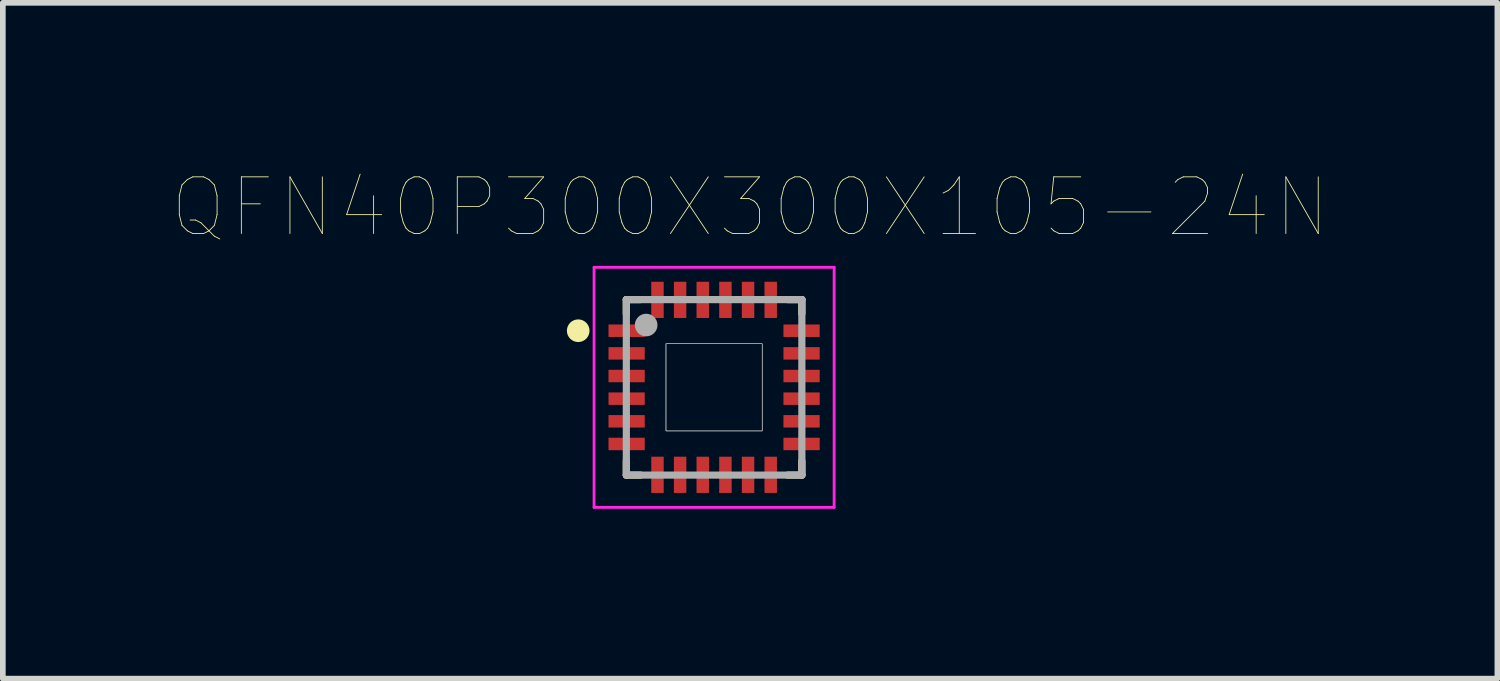
<source format=kicad_pcb>
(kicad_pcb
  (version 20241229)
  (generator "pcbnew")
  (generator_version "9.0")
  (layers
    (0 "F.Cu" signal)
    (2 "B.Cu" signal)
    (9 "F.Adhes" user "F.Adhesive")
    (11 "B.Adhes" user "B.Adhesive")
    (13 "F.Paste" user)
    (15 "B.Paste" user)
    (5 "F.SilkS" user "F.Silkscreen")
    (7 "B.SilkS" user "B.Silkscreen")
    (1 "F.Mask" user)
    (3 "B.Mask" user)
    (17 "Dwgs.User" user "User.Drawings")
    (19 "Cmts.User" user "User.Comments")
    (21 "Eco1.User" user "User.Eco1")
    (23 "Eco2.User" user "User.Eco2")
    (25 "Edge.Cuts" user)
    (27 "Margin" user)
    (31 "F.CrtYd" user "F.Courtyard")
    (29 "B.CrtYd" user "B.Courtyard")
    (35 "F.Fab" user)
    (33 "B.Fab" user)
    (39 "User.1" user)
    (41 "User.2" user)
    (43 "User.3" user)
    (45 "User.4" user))
  (footprint "QFN40P300X300X105-24N"
    (layer "F.Cu")
    (at 9.562 3.791)
    (property "Reference" "QFN40P300X300X105-24N" (at 0.636 -3.179 0) (layer "F.SilkS") (effects (font (size 1.001 1.001) (thickness 0.015))))
    (attr through_hole)
    (fp_line (start -1.55 -1.55) (end -1.55 -1.3) (stroke (width 0.127) (type solid)) (layer "F.SilkS"))
    (fp_line (start -1.55 1.3) (end -1.55 1.55) (stroke (width 0.127) (type solid)) (layer "F.SilkS"))
    (fp_line (start -1.55 1.55) (end -1.3 1.55) (stroke (width 0.127) (type solid)) (layer "F.SilkS"))
    (fp_line (start -1.3 -1.55) (end -1.55 -1.55) (stroke (width 0.127) (type solid)) (layer "F.SilkS"))
    (fp_line (start 1.3 -1.55) (end 1.55 -1.55) (stroke (width 0.127) (type solid)) (layer "F.SilkS"))
    (fp_line (start 1.55 -1.55) (end 1.55 -1.3) (stroke (width 0.127) (type solid)) (layer "F.SilkS"))
    (fp_line (start 1.55 1.3) (end 1.55 1.55) (stroke (width 0.127) (type solid)) (layer "F.SilkS"))
    (fp_line (start 1.55 1.55) (end 1.3 1.55) (stroke (width 0.127) (type solid)) (layer "F.SilkS"))
    (fp_circle (center -2.4 -1) (end -2.3 -1) (stroke (width 0.2) (type solid)) (fill no) (layer "F.SilkS"))
    (fp_poly (pts (xy -0.85 -0.77) (xy 0.85 -0.77) (xy 0.85 0.77) (xy -0.85 0.77)) (stroke (width 0.01) (type solid)) (fill no) (layer "Dwgs.User"))
    (fp_poly (pts (xy -0.85 -0.77) (xy 0.85 -0.77) (xy 0.85 0.77) (xy -0.85 0.77)) (stroke (width 0.01) (type solid)) (fill no) (layer "Dwgs.User"))
    (fp_line (start -2.12 -2.12) (end 2.12 -2.12) (stroke (width 0.05) (type solid)) (layer "F.CrtYd"))
    (fp_line (start -2.12 2.12) (end -2.12 -2.12) (stroke (width 0.05) (type solid)) (layer "F.CrtYd"))
    (fp_line (start 2.12 -2.12) (end 2.12 2.12) (stroke (width 0.05) (type solid)) (layer "F.CrtYd"))
    (fp_line (start 2.12 2.12) (end -2.12 2.12) (stroke (width 0.05) (type solid)) (layer "F.CrtYd"))
    (fp_line (start -1.55 -1.55) (end 1.55 -1.55) (stroke (width 0.127) (type solid)) (layer "F.Fab"))
    (fp_line (start -1.55 1.55) (end -1.55 -1.55) (stroke (width 0.127) (type solid)) (layer "F.Fab"))
    (fp_line (start 1.55 -1.55) (end 1.55 1.55) (stroke (width 0.127) (type solid)) (layer "F.Fab"))
    (fp_line (start 1.55 1.55) (end -1.55 1.55) (stroke (width 0.127) (type solid)) (layer "F.Fab"))
    (fp_circle (center -1.2 -1.1) (end -1.1 -1.1) (stroke (width 0.2) (type solid)) (fill no) (layer "F.Fab"))
    (pad "1" smd rect (at -1.545 -1) (size 0.64 0.22) (layers "F.Cu" "F.Mask" "F.Paste"))
    (pad "2" smd rect (at -1.545 -0.6) (size 0.64 0.22) (layers "F.Cu" "F.Mask" "F.Paste"))
    (pad "3" smd rect (at -1.545 -0.2) (size 0.64 0.22) (layers "F.Cu" "F.Mask" "F.Paste"))
    (pad "4" smd rect (at -1.545 0.2) (size 0.64 0.22) (layers "F.Cu" "F.Mask" "F.Paste"))
    (pad "5" smd rect (at -1.545 0.6) (size 0.64 0.22) (layers "F.Cu" "F.Mask" "F.Paste"))
    (pad "6" smd rect (at -1.545 1) (size 0.64 0.22) (layers "F.Cu" "F.Mask" "F.Paste"))
    (pad "7" smd rect (at -1 1.545) (size 0.22 0.64) (layers "F.Cu" "F.Mask" "F.Paste"))
    (pad "8" smd rect (at -0.6 1.545) (size 0.22 0.64) (layers "F.Cu" "F.Mask" "F.Paste"))
    (pad "9" smd rect (at -0.2 1.545) (size 0.22 0.64) (layers "F.Cu" "F.Mask" "F.Paste"))
    (pad "10" smd rect (at 0.2 1.545) (size 0.22 0.64) (layers "F.Cu" "F.Mask" "F.Paste"))
    (pad "11" smd rect (at 0.6 1.545) (size 0.22 0.64) (layers "F.Cu" "F.Mask" "F.Paste"))
    (pad "12" smd rect (at 1 1.545) (size 0.22 0.64) (layers "F.Cu" "F.Mask" "F.Paste"))
    (pad "13" smd rect (at 1.545 1) (size 0.64 0.22) (layers "F.Cu" "F.Mask" "F.Paste"))
    (pad "14" smd rect (at 1.545 0.6) (size 0.64 0.22) (layers "F.Cu" "F.Mask" "F.Paste"))
    (pad "15" smd rect (at 1.545 0.2) (size 0.64 0.22) (layers "F.Cu" "F.Mask" "F.Paste"))
    (pad "16" smd rect (at 1.545 -0.2) (size 0.64 0.22) (layers "F.Cu" "F.Mask" "F.Paste"))
    (pad "17" smd rect (at 1.545 -0.6) (size 0.64 0.22) (layers "F.Cu" "F.Mask" "F.Paste"))
    (pad "18" smd rect (at 1.545 -1) (size 0.64 0.22) (layers "F.Cu" "F.Mask" "F.Paste"))
    (pad "19" smd rect (at 1 -1.545) (size 0.22 0.64) (layers "F.Cu" "F.Mask" "F.Paste"))
    (pad "20" smd rect (at 0.6 -1.545) (size 0.22 0.64) (layers "F.Cu" "F.Mask" "F.Paste"))
    (pad "21" smd rect (at 0.2 -1.545) (size 0.22 0.64) (layers "F.Cu" "F.Mask" "F.Paste"))
    (pad "22" smd rect (at -0.2 -1.545) (size 0.22 0.64) (layers "F.Cu" "F.Mask" "F.Paste"))
    (pad "23" smd rect (at -0.6 -1.545) (size 0.22 0.64) (layers "F.Cu" "F.Mask" "F.Paste"))
    (pad "24" smd rect (at -1 -1.545) (size 0.22 0.64) (layers "F.Cu" "F.Mask" "F.Paste")))
  (gr_rect
    (start -3 -3)
    (end 23.396 8.936)
    (stroke (width 0.1) (type default))
    (fill no)
    (layer "Edge.Cuts")))
</source>
